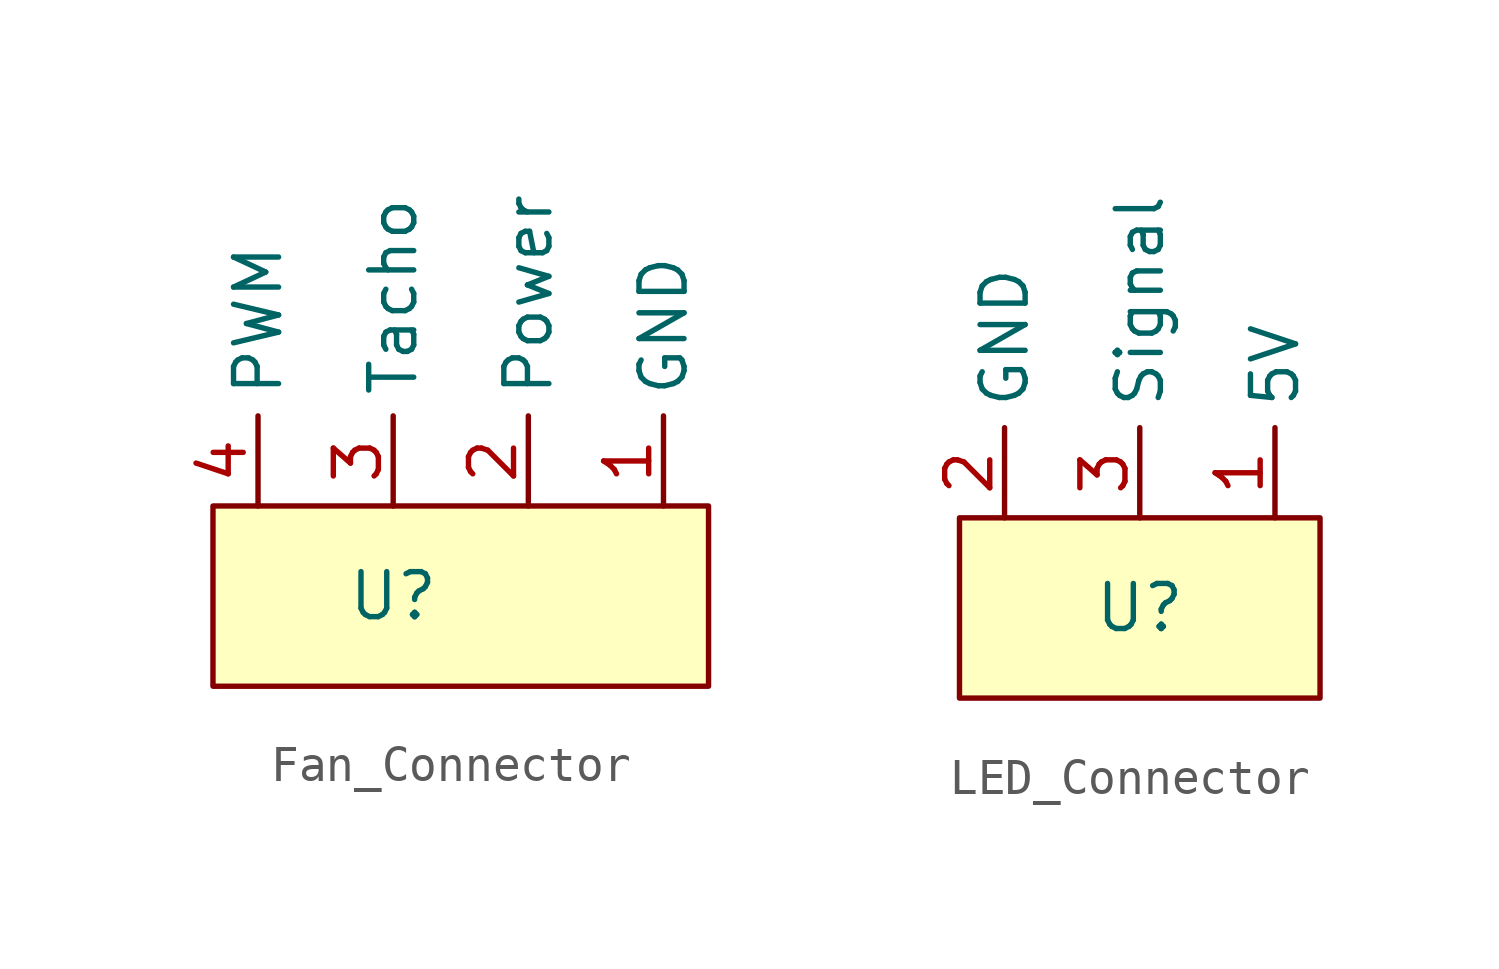
<source format=kicad_sym>
(kicad_symbol_lib
  (version 20231120)
  (generator "kicad_symbol_editor")
  (generator_version "8.0")
  (symbol "Fan_Connector"
    (property "Reference" "U"
      (at 0 0 0)
      (effects (font (size 1.27 1.27))))
    (property "Value" ""
      (at 0 0 0)
      (effects (font (size 1.27 1.27))))
    (symbol "Fan_Connector_1_1"
      (rectangle (start -5.08 2.54) (end 8.89 -2.54) (stroke (width 0) (type default)) (fill (type background)))
      (pin input line (at 7.62 2.54 90) (length 2.54) (name "GND" (effects (font (size 1.27 1.27)))) (number "1" (effects (font (size 1.27 1.27)))))
      (pin input line (at 3.81 2.54 90) (length 2.54) (name "Power" (effects (font (size 1.27 1.27)))) (number "2" (effects (font (size 1.27 1.27)))))
      (pin input line (at 0 2.54 90) (length 2.54) (name "Tacho" (effects (font (size 1.27 1.27)))) (number "3" (effects (font (size 1.27 1.27)))))
      (pin input line (at -3.81 2.54 90) (length 2.54) (name "PWM" (effects (font (size 1.27 1.27)))) (number "4" (effects (font (size 1.27 1.27)))))))
  (symbol "LED_Connector"
    (property "Reference" "U"
      (at 0 0 0)
      (effects (font (size 1.27 1.27))))
    (property "Value" ""
      (at 0 0 0)
      (effects (font (size 1.27 1.27))))
    (symbol "LED_Connector_1_1"
      (rectangle (start -5.08 2.54) (end 5.08 -2.54) (stroke (width 0) (type default)) (fill (type background)))
      (pin input line (at 3.81 2.54 90) (length 2.54) (name "5V" (effects (font (size 1.27 1.27)))) (number "1" (effects (font (size 1.27 1.27)))))
      (pin input line (at -3.81 2.54 90) (length 2.54) (name "GND" (effects (font (size 1.27 1.27)))) (number "2" (effects (font (size 1.27 1.27)))))
      (pin input line (at 0 2.54 90) (length 2.54) (name "Signal" (effects (font (size 1.27 1.27)))) (number "3" (effects (font (size 1.27 1.27))))))))
</source>
